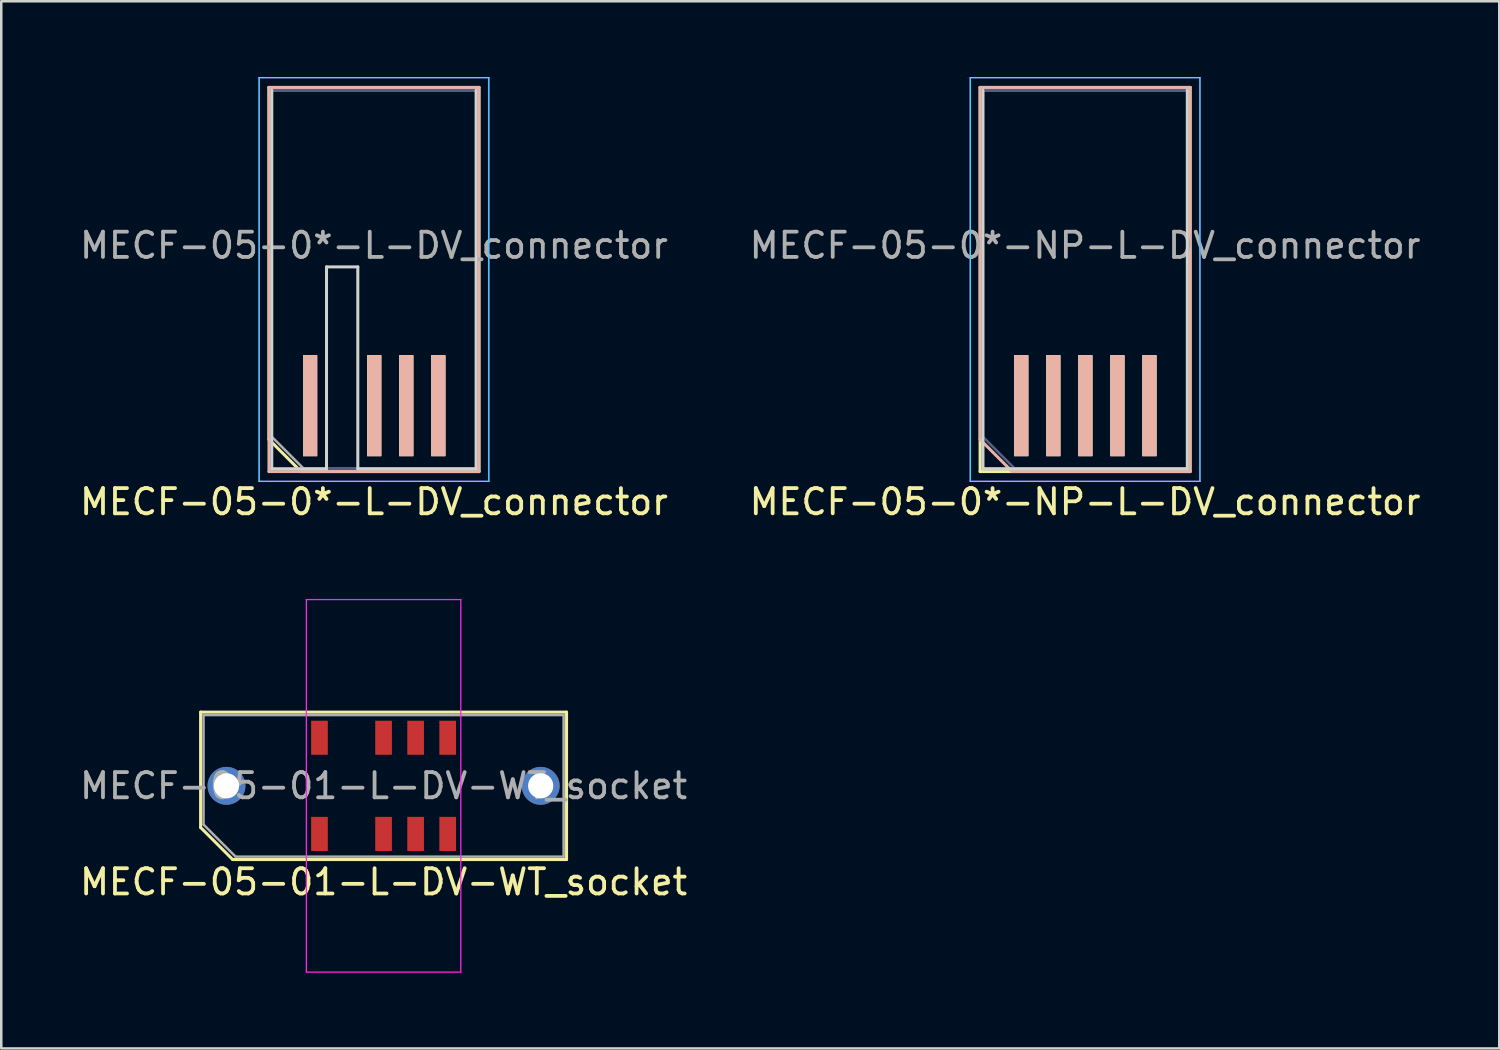
<source format=kicad_pcb>
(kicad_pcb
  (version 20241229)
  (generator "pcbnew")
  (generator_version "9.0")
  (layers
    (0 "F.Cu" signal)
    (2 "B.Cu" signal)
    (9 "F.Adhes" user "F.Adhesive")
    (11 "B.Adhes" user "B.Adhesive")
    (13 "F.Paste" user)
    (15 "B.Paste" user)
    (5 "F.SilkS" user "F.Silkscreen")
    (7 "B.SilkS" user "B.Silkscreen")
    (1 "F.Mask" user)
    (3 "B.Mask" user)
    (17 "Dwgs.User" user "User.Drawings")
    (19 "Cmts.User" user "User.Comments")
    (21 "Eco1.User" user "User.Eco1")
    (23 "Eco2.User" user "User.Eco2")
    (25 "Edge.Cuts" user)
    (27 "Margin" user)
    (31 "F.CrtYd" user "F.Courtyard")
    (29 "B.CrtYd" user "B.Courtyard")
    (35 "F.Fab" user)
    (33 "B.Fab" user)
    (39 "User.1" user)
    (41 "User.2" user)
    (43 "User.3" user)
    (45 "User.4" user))
  (footprint "MECF-05-01-L-DV-WT_socket"
    (layer "F.Cu")
    (at 12.149 28.088)
    (property "Reference" "MECF-05-01-L-DV-WT_socket" (at 0 3.81 0) (layer "F.SilkS") (effects (font (size 1 1) (thickness 0.15))))
    (attr smd)
    (fp_line (start -7.25 -2.92) (end 7.25 -2.92) (stroke (width 0.12) (type solid)) (layer "F.SilkS"))
    (fp_line (start -7.25 1.65) (end -7.25 -2.92) (stroke (width 0.12) (type solid)) (layer "F.SilkS"))
    (fp_line (start -5.98 2.92) (end -7.25 1.65) (stroke (width 0.12) (type solid)) (layer "F.SilkS"))
    (fp_line (start -5.98 2.92) (end 7.25 2.92) (stroke (width 0.12) (type solid)) (layer "F.SilkS"))
    (fp_line (start 7.25 2.92) (end 7.25 -2.92) (stroke (width 0.12) (type solid)) (layer "F.SilkS"))
    (fp_line (start -3.06 -7.38) (end -3.06 7.38) (stroke (width 0.05) (type solid)) (layer "F.CrtYd"))
    (fp_line (start -3.06 7.38) (end 3.06 7.38) (stroke (width 0.05) (type solid)) (layer "F.CrtYd"))
    (fp_line (start 3.06 -7.38) (end -3.06 -7.38) (stroke (width 0.05) (type solid)) (layer "F.CrtYd"))
    (fp_line (start 3.06 7.38) (end 3.06 -7.38) (stroke (width 0.05) (type solid)) (layer "F.CrtYd"))
    (fp_line (start -7.135 -2.805) (end 7.135 -2.805) (stroke (width 0.1) (type solid)) (layer "F.Fab"))
    (fp_line (start -7.135 1.535) (end -7.135 -2.805) (stroke (width 0.1) (type solid)) (layer "F.Fab"))
    (fp_line (start -7.135 1.535) (end -5.865 2.805) (stroke (width 0.1) (type solid)) (layer "F.Fab"))
    (fp_line (start -5.865 2.805) (end 7.135 2.805) (stroke (width 0.1) (type solid)) (layer "F.Fab"))
    (fp_line (start 7.135 2.805) (end 7.135 -2.805) (stroke (width 0.1) (type solid)) (layer "F.Fab"))
    (fp_text user "${REFERENCE}" (at 0 0 0) (layer "F.Fab") (effects (font (size 1 1) (thickness 0.15))))
    (pad "" np_thru_hole circle (at -4.32 0) (size 0.001 0.001) (drill 1.45) (layers "*.Cu" "*.Mask"))
    (pad "" np_thru_hole circle (at 4.32 1) (size 0.001 0.001) (drill 1.45) (layers "*.Cu" "*.Mask"))
    (pad "1" smd rect (at -2.54 1.905) (size 0.66 1.35) (layers "F.Cu" "F.Mask" "F.Paste"))
    (pad "2" smd rect (at -2.54 -1.905) (size 0.66 1.35) (layers "F.Cu" "F.Mask" "F.Paste"))
    (pad "5" smd rect (at 0 1.905) (size 0.66 1.35) (layers "F.Cu" "F.Mask" "F.Paste"))
    (pad "6" smd rect (at 0 -1.905) (size 0.66 1.35) (layers "F.Cu" "F.Mask" "F.Paste"))
    (pad "7" smd rect (at 1.27 1.905) (size 0.66 1.35) (layers "F.Cu" "F.Mask" "F.Paste"))
    (pad "8" smd rect (at 1.27 -1.905) (size 0.66 1.35) (layers "F.Cu" "F.Mask" "F.Paste"))
    (pad "9" smd rect (at 2.54 1.905) (size 0.66 1.35) (layers "F.Cu" "F.Mask" "F.Paste"))
    (pad "10" smd rect (at 2.54 -1.905) (size 0.66 1.35) (layers "F.Cu" "F.Mask" "F.Paste"))
    (pad "None" thru_hole circle (at -6.225 0) (size 1.5 1.5) (drill 1) (layers "*.Cu" "*.Mask"))
    (pad "None" thru_hole circle (at 6.225 0) (size 1.5 1.5) (drill 1) (layers "*.Cu" "*.Mask")))
  (footprint "MECF-05-0*-L-DV_connector"
    (layer "F.Cu")
    (at 11.768 13.025)
    (property "Reference" "MECF-05-0*-L-DV_connector" (at 0 3.81 0) (layer "F.SilkS") (effects (font (size 1 1) (thickness 0.15))))
    (attr through_hole)
    (fp_line (start -4.16 -12.61) (end 4.16 -12.61) (stroke (width 0.12) (type solid)) (layer "F.SilkS"))
    (fp_line (start -4.16 1.34) (end -4.16 -12.61) (stroke (width 0.12) (type solid)) (layer "F.SilkS"))
    (fp_line (start -2.89 2.61) (end -4.16 1.34) (stroke (width 0.12) (type solid)) (layer "F.SilkS"))
    (fp_line (start -2.89 2.61) (end 4.16 2.61) (stroke (width 0.12) (type solid)) (layer "F.SilkS"))
    (fp_line (start 4.16 2.61) (end 4.16 -12.61) (stroke (width 0.12) (type solid)) (layer "F.SilkS"))
    (fp_line (start -4.16 -12.61) (end 4.16 -12.61) (stroke (width 0.12) (type solid)) (layer "B.SilkS"))
    (fp_line (start -4.16 2.61) (end -4.16 -12.61) (stroke (width 0.12) (type solid)) (layer "B.SilkS"))
    (fp_line (start -4.16 2.61) (end 4.16 2.61) (stroke (width 0.12) (type solid)) (layer "B.SilkS"))
    (fp_line (start 4.16 2.61) (end 4.16 -12.61) (stroke (width 0.12) (type solid)) (layer "B.SilkS"))
    (fp_line (start -4.05 2.5) (end -4.05 -12.5) (stroke (width 0.12) (type solid)) (layer "Edge.Cuts"))
    (fp_line (start -4.05 2.5) (end -1.88 2.5) (stroke (width 0.12) (type solid)) (layer "Edge.Cuts"))
    (fp_line (start -1.88 -5.5) (end -0.64 -5.5) (stroke (width 0.12) (type solid)) (layer "Edge.Cuts"))
    (fp_line (start -1.88 2.5) (end -1.88 -5.5) (stroke (width 0.12) (type solid)) (layer "Edge.Cuts"))
    (fp_line (start -0.64 2.5) (end -0.64 -5.5) (stroke (width 0.12) (type solid)) (layer "Edge.Cuts"))
    (fp_line (start -0.64 2.5) (end 4.05 2.5) (stroke (width 0.12) (type solid)) (layer "Edge.Cuts"))
    (fp_line (start 4.05 2.5) (end 4.05 -12.5) (stroke (width 0.12) (type solid)) (layer "Edge.Cuts"))
    (fp_line (start -4.55 -13) (end -4.55 3) (stroke (width 0.05) (type solid)) (layer "B.CrtYd"))
    (fp_line (start -4.55 3) (end 4.55 3) (stroke (width 0.05) (type solid)) (layer "B.CrtYd"))
    (fp_line (start 4.55 -13) (end -4.55 -13) (stroke (width 0.05) (type solid)) (layer "B.CrtYd"))
    (fp_line (start 4.55 3) (end 4.55 -13) (stroke (width 0.05) (type solid)) (layer "B.CrtYd"))
    (fp_line (start -4.55 -13) (end -4.55 3) (stroke (width 0.05) (type solid)) (layer "F.CrtYd"))
    (fp_line (start -4.55 3) (end 4.55 3) (stroke (width 0.05) (type solid)) (layer "F.CrtYd"))
    (fp_line (start 4.55 -13) (end -4.55 -13) (stroke (width 0.05) (type solid)) (layer "F.CrtYd"))
    (fp_line (start 4.55 3) (end 4.55 -13) (stroke (width 0.05) (type solid)) (layer "F.CrtYd"))
    (fp_line (start -4.05 -12.5) (end 4.05 -12.5) (stroke (width 0.1) (type solid)) (layer "B.Fab"))
    (fp_line (start -4.05 2.5) (end -4.05 -12.5) (stroke (width 0.1) (type solid)) (layer "B.Fab"))
    (fp_line (start -4.05 2.5) (end 4.05 2.5) (stroke (width 0.1) (type solid)) (layer "B.Fab"))
    (fp_line (start 4.05 2.5) (end 4.05 -12.5) (stroke (width 0.1) (type solid)) (layer "B.Fab"))
    (fp_line (start -4.05 -12.5) (end 4.05 -12.5) (stroke (width 0.1) (type solid)) (layer "F.Fab"))
    (fp_line (start -4.05 1.23) (end -4.05 -12.5) (stroke (width 0.1) (type solid)) (layer "F.Fab"))
    (fp_line (start -4.05 1.23) (end -2.78 2.5) (stroke (width 0.1) (type solid)) (layer "F.Fab"))
    (fp_line (start -2.78 2.5) (end 4.05 2.5) (stroke (width 0.1) (type solid)) (layer "F.Fab"))
    (fp_line (start 4.05 2.5) (end 4.05 -12.5) (stroke (width 0.1) (type solid)) (layer "F.Fab"))
    (fp_text user "${REFERENCE}" (at 0 -6.35 0) (layer "F.Fab") (effects (font (size 1 1) (thickness 0.15))))
    (pad "1" smd rect (at -2.53 0) (size 0.56 4) (layers "F.Cu" "F.Mask" "F.SilkS"))
    (pad "2" smd rect (at -2.53 0) (size 0.56 4) (layers "B.Cu" "B.Mask" "B.SilkS"))
    (pad "5" smd rect (at 0.01 0) (size 0.56 4) (layers "F.Cu" "F.Mask" "F.SilkS"))
    (pad "6" smd rect (at 0.01 0) (size 0.56 4) (layers "B.Cu" "B.Mask" "B.SilkS"))
    (pad "7" smd rect (at 1.28 0) (size 0.56 4) (layers "F.Cu" "F.Mask" "F.SilkS"))
    (pad "8" smd rect (at 1.28 0) (size 0.56 4) (layers "B.Cu" "B.Mask" "B.SilkS"))
    (pad "9" smd rect (at 2.55 0) (size 0.56 4) (layers "F.Cu" "F.Mask" "F.SilkS"))
    (pad "10" smd rect (at 2.55 0) (size 0.56 4) (layers "B.Cu" "B.Mask" "B.SilkS")))
  (footprint "MECF-05-0*-NP-L-DV_connector"
    (layer "F.Cu")
    (at 39.946 13.025)
    (property "Reference" "MECF-05-0*-NP-L-DV_connector" (at 0 3.81 0) (layer "F.SilkS") (effects (font (size 1 1) (thickness 0.15))))
    (attr through_hole)
    (fp_line (start -4.16 -12.61) (end 4.16 -12.61) (stroke (width 0.12) (type solid)) (layer "F.SilkS"))
    (fp_line (start -4.16 2.61) (end -4.16 -12.61) (stroke (width 0.12) (type solid)) (layer "F.SilkS"))
    (fp_line (start -4.16 2.61) (end 4.16 2.61) (stroke (width 0.12) (type solid)) (layer "F.SilkS"))
    (fp_line (start 4.16 2.61) (end 4.16 -12.61) (stroke (width 0.12) (type solid)) (layer "F.SilkS"))
    (fp_line (start -4.16 -12.61) (end 4.16 -12.61) (stroke (width 0.12) (type solid)) (layer "B.SilkS"))
    (fp_line (start -4.16 1.34) (end -4.16 -12.61) (stroke (width 0.12) (type solid)) (layer "B.SilkS"))
    (fp_line (start -2.89 2.61) (end -4.16 1.34) (stroke (width 0.12) (type solid)) (layer "B.SilkS"))
    (fp_line (start -2.89 2.61) (end 4.16 2.61) (stroke (width 0.12) (type solid)) (layer "B.SilkS"))
    (fp_line (start 4.16 2.61) (end 4.16 -12.61) (stroke (width 0.12) (type solid)) (layer "B.SilkS"))
    (fp_line (start -4.05 2.5) (end -4.05 -12.5) (stroke (width 0.12) (type solid)) (layer "Edge.Cuts"))
    (fp_line (start -4.05 2.5) (end 4.05 2.5) (stroke (width 0.12) (type solid)) (layer "Edge.Cuts"))
    (fp_line (start 4.05 2.5) (end 4.05 -12.5) (stroke (width 0.12) (type solid)) (layer "Edge.Cuts"))
    (fp_line (start -4.55 -13) (end -4.55 3) (stroke (width 0.05) (type solid)) (layer "B.CrtYd"))
    (fp_line (start -4.55 3) (end 4.55 3) (stroke (width 0.05) (type solid)) (layer "B.CrtYd"))
    (fp_line (start 4.55 -13) (end -4.55 -13) (stroke (width 0.05) (type solid)) (layer "B.CrtYd"))
    (fp_line (start 4.55 3) (end 4.55 -13) (stroke (width 0.05) (type solid)) (layer "B.CrtYd"))
    (fp_line (start -4.55 -13) (end -4.55 3) (stroke (width 0.05) (type solid)) (layer "F.CrtYd"))
    (fp_line (start -4.55 3) (end 4.55 3) (stroke (width 0.05) (type solid)) (layer "F.CrtYd"))
    (fp_line (start 4.55 -13) (end -4.55 -13) (stroke (width 0.05) (type solid)) (layer "F.CrtYd"))
    (fp_line (start 4.55 3) (end 4.55 -13) (stroke (width 0.05) (type solid)) (layer "F.CrtYd"))
    (fp_line (start -4.05 -12.5) (end 4.05 -12.5) (stroke (width 0.1) (type solid)) (layer "B.Fab"))
    (fp_line (start -4.05 1.23) (end -4.05 -12.5) (stroke (width 0.1) (type solid)) (layer "B.Fab"))
    (fp_line (start -4.05 1.23) (end -2.78 2.5) (stroke (width 0.1) (type solid)) (layer "B.Fab"))
    (fp_line (start -2.78 2.5) (end 4.05 2.5) (stroke (width 0.1) (type solid)) (layer "B.Fab"))
    (fp_line (start 4.05 2.5) (end 4.05 -12.5) (stroke (width 0.1) (type solid)) (layer "B.Fab"))
    (fp_line (start -4.05 -12.5) (end 4.05 -12.5) (stroke (width 0.1) (type solid)) (layer "F.Fab"))
    (fp_line (start -4.05 2.5) (end -4.05 -12.5) (stroke (width 0.1) (type solid)) (layer "F.Fab"))
    (fp_line (start -4.05 2.5) (end 4.05 2.5) (stroke (width 0.1) (type solid)) (layer "F.Fab"))
    (fp_line (start 4.05 2.5) (end 4.05 -12.5) (stroke (width 0.1) (type solid)) (layer "F.Fab"))
    (fp_text user "${REFERENCE}" (at 0 -6.35 0) (layer "F.Fab") (effects (font (size 1 1) (thickness 0.15))))
    (pad "1" smd rect (at -2.53 0) (size 0.56 4) (layers "F.Cu" "F.Mask" "F.SilkS"))
    (pad "2" smd rect (at -2.53 0) (size 0.56 4) (layers "B.Cu" "B.Mask" "B.SilkS"))
    (pad "3" smd rect (at -1.26 0) (size 0.56 4) (layers "F.Cu" "F.Mask" "F.SilkS"))
    (pad "4" smd rect (at -1.26 0) (size 0.56 4) (layers "B.Cu" "B.Mask" "B.SilkS"))
    (pad "5" smd rect (at 0.01 0) (size 0.56 4) (layers "F.Cu" "F.Mask" "F.SilkS"))
    (pad "6" smd rect (at 0.01 0) (size 0.56 4) (layers "B.Cu" "B.Mask" "B.SilkS"))
    (pad "7" smd rect (at 1.28 0) (size 0.56 4) (layers "F.Cu" "F.Mask" "F.SilkS"))
    (pad "8" smd rect (at 1.28 0) (size 0.56 4) (layers "B.Cu" "B.Mask" "B.SilkS"))
    (pad "9" smd rect (at 2.55 0) (size 0.56 4) (layers "F.Cu" "F.Mask" "F.SilkS"))
    (pad "10" smd rect (at 2.55 0) (size 0.56 4) (layers "B.Cu" "B.Mask" "B.SilkS")))
  (gr_rect
    (start -3 -3)
    (end 56.357 38.493)
    (stroke (width 0.1) (type default))
    (fill no)
    (layer "Edge.Cuts")))
</source>
